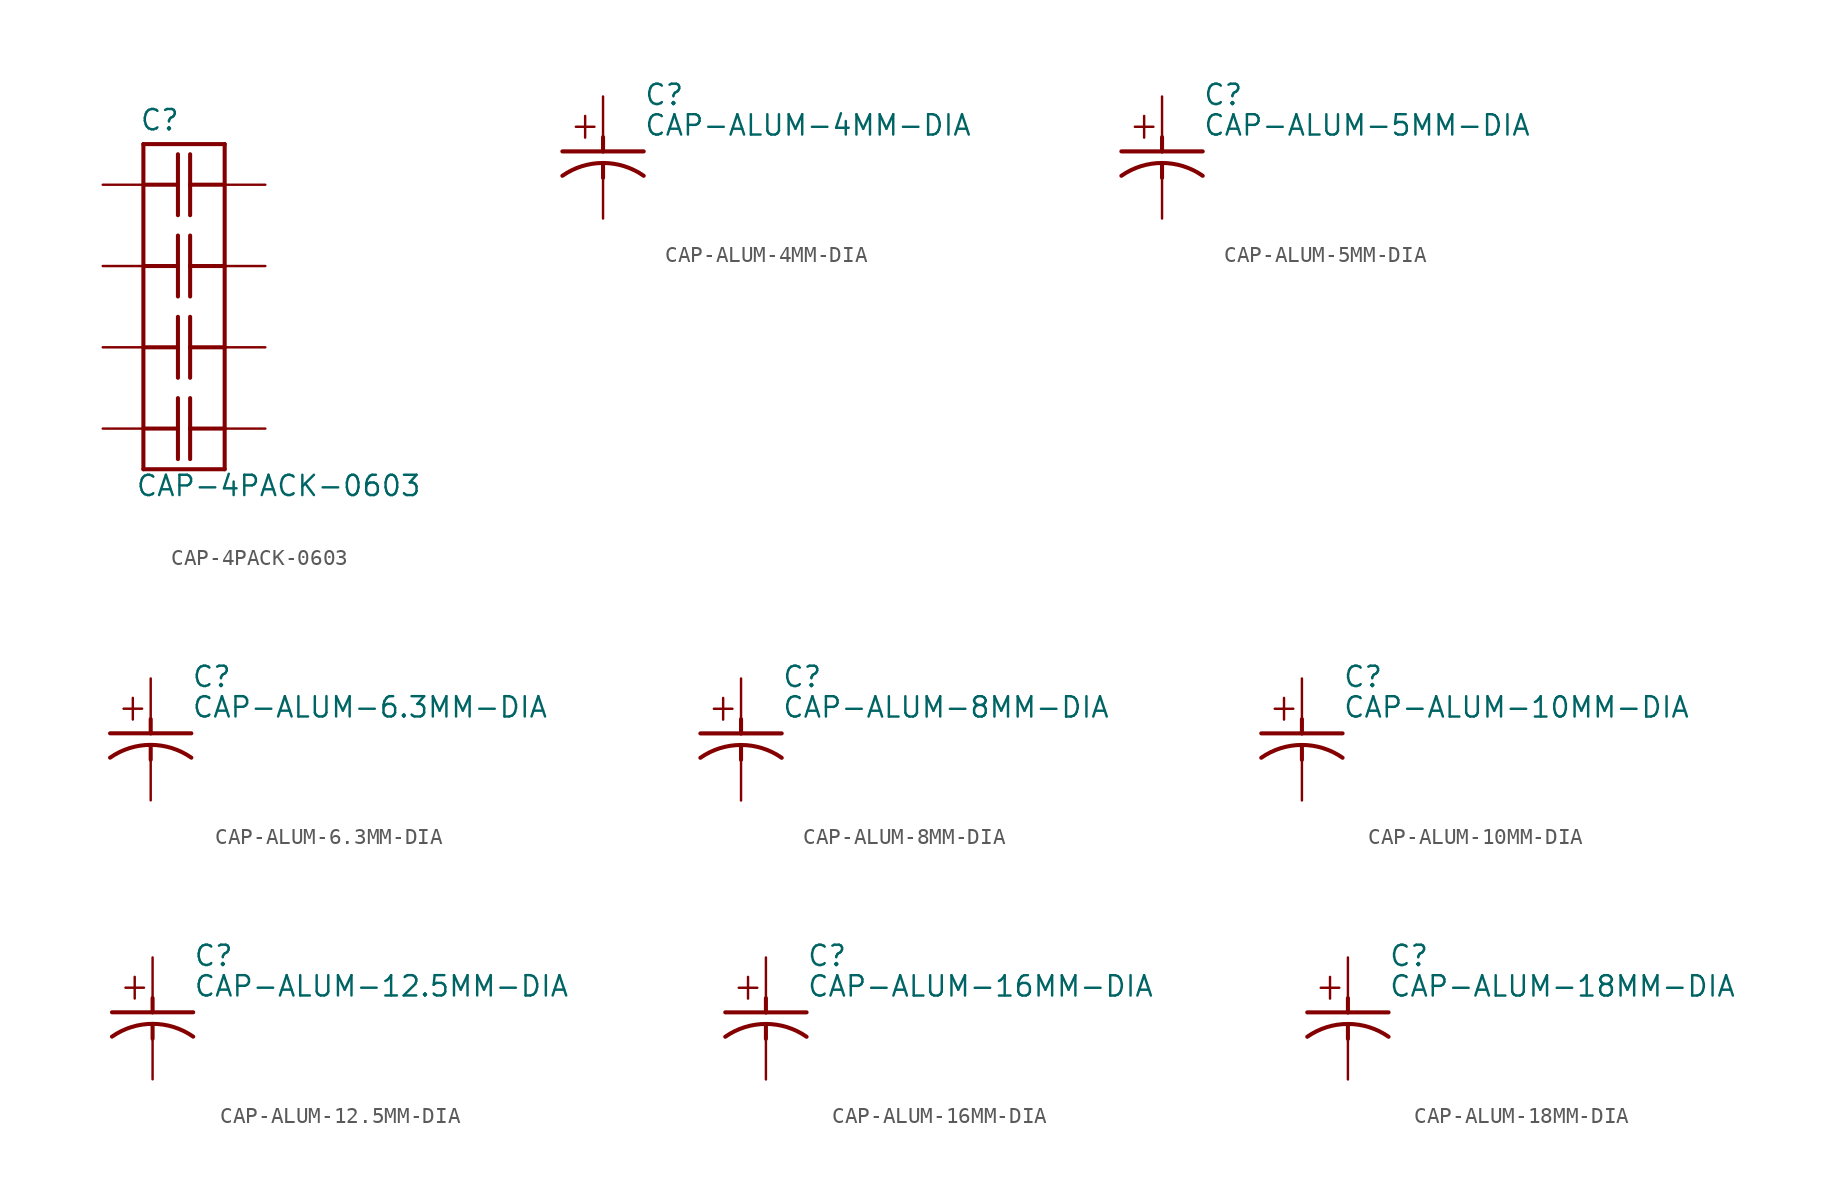
<source format=kicad_sym>
(kicad_symbol_lib
  (version 20211014)
  (generator kicad_symbol_editor)
  (symbol "CAP-4PACK-0603"
    (pin_numbers hide)
    (pin_names hide)
    (property "Reference" "C"
      (at -2.794 3.302 0)
      (effects (font (size 1.27 1.27)) (justify left bottom)))
    (property "Value" "CAP-4PACK-0603"
      (at -3.048 -19.558 0)
      (effects (font (size 1.27 1.27)) (justify left bottom)))
    (property "Datasheet" ""
      (at 0 0 0))
    (property "ki_fp_filters" "FlashPCB_Capacitors:CAP-4PACK-0603"
      (at 0 0 0))
    (symbol "CAP-4PACK-0603_1_1"
      (polyline (pts (xy -0.381 1.905) (xy -0.381 0)) (stroke (width 0.254)) (fill (type none)))
      (polyline (pts (xy -0.381 0) (xy -0.381 -1.905)) (stroke (width 0.254)) (fill (type none)))
      (polyline (pts (xy 0.381 1.905) (xy 0.381 0)) (stroke (width 0.254)) (fill (type none)))
      (polyline (pts (xy 0.381 0) (xy 0.381 -1.905)) (stroke (width 0.254)) (fill (type none)))
      (polyline (pts (xy -2.54 0) (xy -0.381 0)) (stroke (width 0.254)) (fill (type none)))
      (polyline (pts (xy 2.54 0) (xy 0.381 0)) (stroke (width 0.254)) (fill (type none)))
      (polyline (pts (xy -0.381 -3.175) (xy -0.381 -5.08)) (stroke (width 0.254)) (fill (type none)))
      (polyline (pts (xy -0.381 -5.08) (xy -0.381 -6.985)) (stroke (width 0.254)) (fill (type none)))
      (polyline (pts (xy 0.381 -3.175) (xy 0.381 -5.08)) (stroke (width 0.254)) (fill (type none)))
      (polyline (pts (xy 0.381 -5.08) (xy 0.381 -6.985)) (stroke (width 0.254)) (fill (type none)))
      (polyline (pts (xy -2.54 -5.08) (xy -0.381 -5.08)) (stroke (width 0.254)) (fill (type none)))
      (polyline (pts (xy 2.54 -5.08) (xy 0.381 -5.08)) (stroke (width 0.254)) (fill (type none)))
      (polyline (pts (xy -0.381 -8.255) (xy -0.381 -10.16)) (stroke (width 0.254)) (fill (type none)))
      (polyline (pts (xy -0.381 -10.16) (xy -0.381 -12.065)) (stroke (width 0.254)) (fill (type none)))
      (polyline (pts (xy 0.381 -8.255) (xy 0.381 -10.16)) (stroke (width 0.254)) (fill (type none)))
      (polyline (pts (xy 0.381 -10.16) (xy 0.381 -12.065)) (stroke (width 0.254)) (fill (type none)))
      (polyline (pts (xy -2.54 -10.16) (xy -0.381 -10.16)) (stroke (width 0.254)) (fill (type none)))
      (polyline (pts (xy 2.54 -10.16) (xy 0.381 -10.16)) (stroke (width 0.254)) (fill (type none)))
      (polyline (pts (xy -0.381 -13.335) (xy -0.381 -15.24)) (stroke (width 0.254)) (fill (type none)))
      (polyline (pts (xy -0.381 -15.24) (xy -0.381 -17.145)) (stroke (width 0.254)) (fill (type none)))
      (polyline (pts (xy 0.381 -13.335) (xy 0.381 -15.24)) (stroke (width 0.254)) (fill (type none)))
      (polyline (pts (xy 0.381 -15.24) (xy 0.381 -17.145)) (stroke (width 0.254)) (fill (type none)))
      (polyline (pts (xy -2.54 -15.24) (xy -0.381 -15.24)) (stroke (width 0.254)) (fill (type none)))
      (polyline (pts (xy 2.54 -15.24) (xy 0.381 -15.24)) (stroke (width 0.254)) (fill (type none)))
      (polyline (pts (xy -2.54 2.54) (xy 2.54 2.54)) (stroke (width 0.254)) (fill (type none)))
      (polyline (pts (xy 2.54 2.54) (xy 2.54 -17.78)) (stroke (width 0.254)) (fill (type none)))
      (polyline (pts (xy 2.54 -17.78) (xy -2.54 -17.78)) (stroke (width 0.254)) (fill (type none)))
      (polyline (pts (xy -2.54 -17.78) (xy -2.54 2.54)) (stroke (width 0.254)) (fill (type none)))
      (pin bidirectional line (at -5.08 0 0) (length 2.54) (name "1" (effects (font (size 0 0)))) (number "1" (effects (font (size 0 0)))))
      (pin bidirectional line (at 5.08 0 180) (length 2.54) (name "2" (effects (font (size 0 0)))) (number "2" (effects (font (size 0 0)))))
      (pin bidirectional line (at -5.08 -5.08 0) (length 2.54) (name "3" (effects (font (size 0 0)))) (number "3" (effects (font (size 0 0)))))
      (pin bidirectional line (at 5.08 -5.08 180) (length 2.54) (name "4" (effects (font (size 0 0)))) (number "4" (effects (font (size 0 0)))))
      (pin bidirectional line (at -5.08 -10.16 0) (length 2.54) (name "5" (effects (font (size 0 0)))) (number "5" (effects (font (size 0 0)))))
      (pin bidirectional line (at 5.08 -10.16 180) (length 2.54) (name "6" (effects (font (size 0 0)))) (number "6" (effects (font (size 0 0)))))
      (pin bidirectional line (at -5.08 -15.24 0) (length 2.54) (name "7" (effects (font (size 0 0)))) (number "7" (effects (font (size 0 0)))))
      (pin bidirectional line (at 5.08 -15.24 180) (length 2.54) (name "8" (effects (font (size 0 0)))) (number "8" (effects (font (size 0 0)))))))
  (symbol "CAP-ALUM-4MM-DIA"
    (pin_numbers hide)
    (pin_names hide)
    (property "Reference" "C"
      (at 2.54 3.175 0)
      (effects (font (size 1.27 1.27)) (justify left bottom)))
    (property "Value" "CAP-ALUM-4MM-DIA"
      (at 2.54 1.27 0)
      (effects (font (size 1.27 1.27)) (justify left bottom)))
    (property "Datasheet" ""
      (at 0 0 0))
    (property "ki_fp_filters" "FlashPCB_Capacitors:CAP-ALUM-4MM-DIA"
      (at 0 0 0))
    (symbol "CAP-ALUM-4MM-DIA_1_1"
      (text "+" (at -2.159 1.016 0) (effects (font (size 1.778 1.52)) (justify left bottom)))
      (polyline (pts (xy 0 1.27) (xy 0 0.381)) (stroke (width 0.254)) (fill (type none)))
      (polyline (pts (xy 0 0.381) (xy 2.54 0.381)) (stroke (width 0.254)) (fill (type none)))
      (polyline (pts (xy 0 0.381) (xy -2.54 0.381)) (stroke (width 0.254)) (fill (type none)))
      (polyline (pts (xy 0 -1.27) (xy 0 -0.381)) (stroke (width 0.254)) (fill (type none)))
      (arc (start 2.54 -1.143) (mid 0 -0.34214107624738177) (end -2.54 -1.143) (stroke (width 0.254) (type default)) (fill (type none)))
      (pin bidirectional line (at 0 3.81 270) (length 2.54) (name "P_1_+" (effects (font (size 0 0)))) (number "+" (effects (font (size 0 0)))))
      (pin bidirectional line (at 0 -3.81 90) (length 2.54) (name "P_2_GND" (effects (font (size 0 0)))) (number "-" (effects (font (size 0 0)))))))
  (symbol "CAP-ALUM-5MM-DIA"
    (pin_numbers hide)
    (pin_names hide)
    (property "Reference" "C"
      (at 2.54 3.175 0)
      (effects (font (size 1.27 1.27)) (justify left bottom)))
    (property "Value" "CAP-ALUM-5MM-DIA"
      (at 2.54 1.27 0)
      (effects (font (size 1.27 1.27)) (justify left bottom)))
    (property "Datasheet" ""
      (at 0 0 0))
    (property "ki_fp_filters" "FlashPCB_Capacitors:CAP-ALUM-5MM-DIA"
      (at 0 0 0))
    (symbol "CAP-ALUM-5MM-DIA_1_1"
      (text "+" (at -2.159 1.016 0) (effects (font (size 1.778 1.52)) (justify left bottom)))
      (polyline (pts (xy 0 1.27) (xy 0 0.381)) (stroke (width 0.254)) (fill (type none)))
      (polyline (pts (xy 0 0.381) (xy 2.54 0.381)) (stroke (width 0.254)) (fill (type none)))
      (polyline (pts (xy 0 0.381) (xy -2.54 0.381)) (stroke (width 0.254)) (fill (type none)))
      (polyline (pts (xy 0 -1.27) (xy 0 -0.381)) (stroke (width 0.254)) (fill (type none)))
      (arc (start 2.54 -1.143) (mid 0 -0.34214107624738177) (end -2.54 -1.143) (stroke (width 0.254) (type default)) (fill (type none)))
      (pin bidirectional line (at 0 3.81 270) (length 2.54) (name "P_1_+" (effects (font (size 0 0)))) (number "+" (effects (font (size 0 0)))))
      (pin bidirectional line (at 0 -3.81 90) (length 2.54) (name "P_2_GND" (effects (font (size 0 0)))) (number "-" (effects (font (size 0 0)))))))
  (symbol "CAP-ALUM-6.3MM-DIA"
    (pin_numbers hide)
    (pin_names hide)
    (property "Reference" "C"
      (at 2.54 3.175 0)
      (effects (font (size 1.27 1.27)) (justify left bottom)))
    (property "Value" "CAP-ALUM-6.3MM-DIA"
      (at 2.54 1.27 0)
      (effects (font (size 1.27 1.27)) (justify left bottom)))
    (property "Datasheet" ""
      (at 0 0 0))
    (property "ki_fp_filters" "FlashPCB_Capacitors:CAP-ALUM-6.3MM-DIA"
      (at 0 0 0))
    (symbol "CAP-ALUM-6.3MM-DIA_1_1"
      (text "+" (at -2.159 1.016 0) (effects (font (size 1.778 1.52)) (justify left bottom)))
      (polyline (pts (xy 0 1.27) (xy 0 0.381)) (stroke (width 0.254)) (fill (type none)))
      (polyline (pts (xy 0 0.381) (xy 2.54 0.381)) (stroke (width 0.254)) (fill (type none)))
      (polyline (pts (xy 0 0.381) (xy -2.54 0.381)) (stroke (width 0.254)) (fill (type none)))
      (polyline (pts (xy 0 -1.27) (xy 0 -0.381)) (stroke (width 0.254)) (fill (type none)))
      (arc (start 2.54 -1.143) (mid 0 -0.34214107624738177) (end -2.54 -1.143) (stroke (width 0.254) (type default)) (fill (type none)))
      (pin bidirectional line (at 0 3.81 270) (length 2.54) (name "P_1_+" (effects (font (size 0 0)))) (number "+" (effects (font (size 0 0)))))
      (pin bidirectional line (at 0 -3.81 90) (length 2.54) (name "P_2_GND" (effects (font (size 0 0)))) (number "-" (effects (font (size 0 0)))))))
  (symbol "CAP-ALUM-8MM-DIA"
    (pin_numbers hide)
    (pin_names hide)
    (property "Reference" "C"
      (at 2.54 3.175 0)
      (effects (font (size 1.27 1.27)) (justify left bottom)))
    (property "Value" "CAP-ALUM-8MM-DIA"
      (at 2.54 1.27 0)
      (effects (font (size 1.27 1.27)) (justify left bottom)))
    (property "Datasheet" ""
      (at 0 0 0))
    (property "ki_fp_filters" "FlashPCB_Capacitors:CAP-ALUM-8MM-DIA FlashPCB_Capacitors:CAP-ALUM-8MM-TALL-DIA"
      (at 0 0 0))
    (symbol "CAP-ALUM-8MM-DIA_1_1"
      (text "+" (at -2.159 1.016 0) (effects (font (size 1.778 1.52)) (justify left bottom)))
      (polyline (pts (xy 0 1.27) (xy 0 0.381)) (stroke (width 0.254)) (fill (type none)))
      (polyline (pts (xy 0 0.381) (xy 2.54 0.381)) (stroke (width 0.254)) (fill (type none)))
      (polyline (pts (xy 0 0.381) (xy -2.54 0.381)) (stroke (width 0.254)) (fill (type none)))
      (polyline (pts (xy 0 -1.27) (xy 0 -0.381)) (stroke (width 0.254)) (fill (type none)))
      (arc (start 2.54 -1.143) (mid 0 -0.34214107624738177) (end -2.54 -1.143) (stroke (width 0.254) (type default)) (fill (type none)))
      (pin bidirectional line (at 0 3.81 270) (length 2.54) (name "P_1_+" (effects (font (size 0 0)))) (number "+" (effects (font (size 0 0)))))
      (pin bidirectional line (at 0 -3.81 90) (length 2.54) (name "P_2_GND" (effects (font (size 0 0)))) (number "-" (effects (font (size 0 0)))))))
  (symbol "CAP-ALUM-10MM-DIA"
    (pin_numbers hide)
    (pin_names hide)
    (property "Reference" "C"
      (at 2.54 3.175 0)
      (effects (font (size 1.27 1.27)) (justify left bottom)))
    (property "Value" "CAP-ALUM-10MM-DIA"
      (at 2.54 1.27 0)
      (effects (font (size 1.27 1.27)) (justify left bottom)))
    (property "Datasheet" ""
      (at 0 0 0))
    (property "ki_fp_filters" "FlashPCB_Capacitors:CAP-ALUM-10MM-DIA"
      (at 0 0 0))
    (symbol "CAP-ALUM-10MM-DIA_1_1"
      (text "+" (at -2.159 1.016 0) (effects (font (size 1.778 1.52)) (justify left bottom)))
      (polyline (pts (xy 0 1.27) (xy 0 0.381)) (stroke (width 0.254)) (fill (type none)))
      (polyline (pts (xy 0 0.381) (xy 2.54 0.381)) (stroke (width 0.254)) (fill (type none)))
      (polyline (pts (xy 0 0.381) (xy -2.54 0.381)) (stroke (width 0.254)) (fill (type none)))
      (polyline (pts (xy 0 -1.27) (xy 0 -0.381)) (stroke (width 0.254)) (fill (type none)))
      (arc (start 2.54 -1.143) (mid 0 -0.34214107624738177) (end -2.54 -1.143) (stroke (width 0.254) (type default)) (fill (type none)))
      (pin bidirectional line (at 0 3.81 270) (length 2.54) (name "P_1_+" (effects (font (size 0 0)))) (number "+" (effects (font (size 0 0)))))
      (pin bidirectional line (at 0 -3.81 90) (length 2.54) (name "P_2_GND" (effects (font (size 0 0)))) (number "-" (effects (font (size 0 0)))))))
  (symbol "CAP-ALUM-12.5MM-DIA"
    (pin_numbers hide)
    (pin_names hide)
    (property "Reference" "C"
      (at 2.54 3.175 0)
      (effects (font (size 1.27 1.27)) (justify left bottom)))
    (property "Value" "CAP-ALUM-12.5MM-DIA"
      (at 2.54 1.27 0)
      (effects (font (size 1.27 1.27)) (justify left bottom)))
    (property "Datasheet" ""
      (at 0 0 0))
    (property "ki_fp_filters" "FlashPCB_Capacitors:CAP-ALUM-12.5MM_DIA"
      (at 0 0 0))
    (symbol "CAP-ALUM-12.5MM-DIA_1_1"
      (text "+" (at -2.159 1.016 0) (effects (font (size 1.778 1.52)) (justify left bottom)))
      (polyline (pts (xy 0 1.27) (xy 0 0.381)) (stroke (width 0.254)) (fill (type none)))
      (polyline (pts (xy 0 0.381) (xy 2.54 0.381)) (stroke (width 0.254)) (fill (type none)))
      (polyline (pts (xy 0 0.381) (xy -2.54 0.381)) (stroke (width 0.254)) (fill (type none)))
      (polyline (pts (xy 0 -1.27) (xy 0 -0.381)) (stroke (width 0.254)) (fill (type none)))
      (arc (start 2.54 -1.143) (mid 0 -0.34214107624738177) (end -2.54 -1.143) (stroke (width 0.254) (type default)) (fill (type none)))
      (pin bidirectional line (at 0 3.81 270) (length 2.54) (name "P_1_+" (effects (font (size 0 0)))) (number "+" (effects (font (size 0 0)))))
      (pin bidirectional line (at 0 -3.81 90) (length 2.54) (name "P_2_GND" (effects (font (size 0 0)))) (number "-" (effects (font (size 0 0)))))))
  (symbol "CAP-ALUM-16MM-DIA"
    (pin_numbers hide)
    (pin_names hide)
    (property "Reference" "C"
      (at 2.54 3.175 0)
      (effects (font (size 1.27 1.27)) (justify left bottom)))
    (property "Value" "CAP-ALUM-16MM-DIA"
      (at 2.54 1.27 0)
      (effects (font (size 1.27 1.27)) (justify left bottom)))
    (property "Datasheet" ""
      (at 0 0 0))
    (property "ki_fp_filters" "FlashPCB_Capacitors:CAP-ALUM-16MM_DIA"
      (at 0 0 0))
    (symbol "CAP-ALUM-16MM-DIA_1_1"
      (text "+" (at -2.159 1.016 0) (effects (font (size 1.778 1.52)) (justify left bottom)))
      (polyline (pts (xy 0 1.27) (xy 0 0.381)) (stroke (width 0.254)) (fill (type none)))
      (polyline (pts (xy 0 0.381) (xy 2.54 0.381)) (stroke (width 0.254)) (fill (type none)))
      (polyline (pts (xy 0 0.381) (xy -2.54 0.381)) (stroke (width 0.254)) (fill (type none)))
      (polyline (pts (xy 0 -1.27) (xy 0 -0.381)) (stroke (width 0.254)) (fill (type none)))
      (arc (start 2.54 -1.143) (mid 0 -0.34214107624738177) (end -2.54 -1.143) (stroke (width 0.254) (type default)) (fill (type none)))
      (pin bidirectional line (at 0 3.81 270) (length 2.54) (name "P_1_+" (effects (font (size 0 0)))) (number "+" (effects (font (size 0 0)))))
      (pin bidirectional line (at 0 -3.81 90) (length 2.54) (name "P_2_GND" (effects (font (size 0 0)))) (number "-" (effects (font (size 0 0)))))))
  (symbol "CAP-ALUM-18MM-DIA"
    (pin_numbers hide)
    (pin_names hide)
    (property "Reference" "C"
      (at 2.54 3.175 0)
      (effects (font (size 1.27 1.27)) (justify left bottom)))
    (property "Value" "CAP-ALUM-18MM-DIA"
      (at 2.54 1.27 0)
      (effects (font (size 1.27 1.27)) (justify left bottom)))
    (property "Datasheet" ""
      (at 0 0 0))
    (property "ki_fp_filters" "FlashPCB_Capacitors:CAP-ALUM-18MM_DIA"
      (at 0 0 0))
    (symbol "CAP-ALUM-18MM-DIA_1_1"
      (text "+" (at -2.159 1.016 0) (effects (font (size 1.778 1.52)) (justify left bottom)))
      (polyline (pts (xy 0 1.27) (xy 0 0.381)) (stroke (width 0.254)) (fill (type none)))
      (polyline (pts (xy 0 0.381) (xy 2.54 0.381)) (stroke (width 0.254)) (fill (type none)))
      (polyline (pts (xy 0 0.381) (xy -2.54 0.381)) (stroke (width 0.254)) (fill (type none)))
      (polyline (pts (xy 0 -1.27) (xy 0 -0.381)) (stroke (width 0.254)) (fill (type none)))
      (arc (start 2.54 -1.143) (mid 0 -0.34214107624738177) (end -2.54 -1.143) (stroke (width 0.254) (type default)) (fill (type none)))
      (pin bidirectional line (at 0 3.81 270) (length 2.54) (name "P_1_+" (effects (font (size 0 0)))) (number "+" (effects (font (size 0 0)))))
      (pin bidirectional line (at 0 -3.81 90) (length 2.54) (name "P_2_GND" (effects (font (size 0 0)))) (number "-" (effects (font (size 0 0))))))))
</source>
